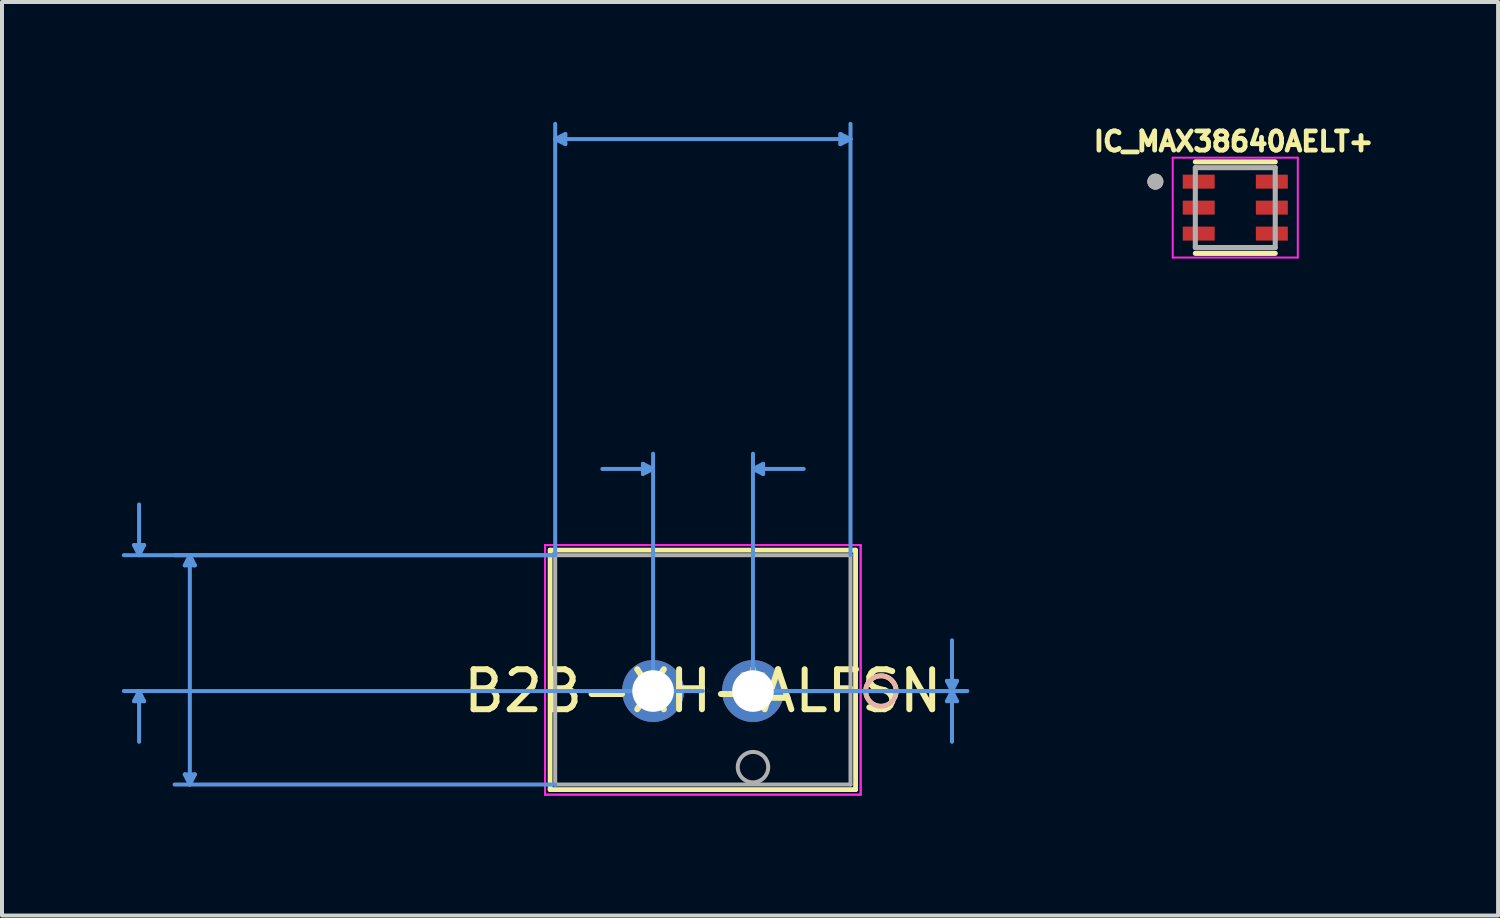
<source format=kicad_pcb>
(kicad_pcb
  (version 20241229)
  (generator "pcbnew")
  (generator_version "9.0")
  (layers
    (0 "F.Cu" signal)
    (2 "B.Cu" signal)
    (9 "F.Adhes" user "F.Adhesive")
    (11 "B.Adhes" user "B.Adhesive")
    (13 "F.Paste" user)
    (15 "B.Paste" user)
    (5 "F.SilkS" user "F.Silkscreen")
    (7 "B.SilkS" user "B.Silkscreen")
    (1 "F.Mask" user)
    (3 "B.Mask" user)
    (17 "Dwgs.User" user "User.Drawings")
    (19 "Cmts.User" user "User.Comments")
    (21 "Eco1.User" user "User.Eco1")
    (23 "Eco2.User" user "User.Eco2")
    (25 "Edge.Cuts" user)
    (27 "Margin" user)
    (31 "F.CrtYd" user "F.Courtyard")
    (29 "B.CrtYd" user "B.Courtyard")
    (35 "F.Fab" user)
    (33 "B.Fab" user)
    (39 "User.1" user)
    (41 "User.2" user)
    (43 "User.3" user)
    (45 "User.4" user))
  (footprint "B2B-XH-ALFSN"
    (layer "F.Cu")
    (at 15.795 14.245)
    (property "Reference" "B2B-XH-ALFSN" (at -1.254 0 0) (layer "F.SilkS") (effects (font (size 1 1) (thickness 0.15))))
    (attr through_hole)
    (fp_line (start -5.077 -3.527) (end -5.077 2.467) (stroke (width 0.12) (type solid)) (layer "F.SilkS"))
    (fp_line (start -5.077 2.467) (end 2.568 2.467) (stroke (width 0.12) (type solid)) (layer "F.SilkS"))
    (fp_line (start 2.568 -3.527) (end -5.077 -3.527) (stroke (width 0.12) (type solid)) (layer "F.SilkS"))
    (fp_line (start 2.568 2.467) (end 2.568 -3.527) (stroke (width 0.12) (type solid)) (layer "F.SilkS"))
    (fp_circle (center 3.203 0) (end 3.584 0) (stroke (width 0.12) (type solid)) (fill no) (layer "F.SilkS"))
    (fp_circle (center 3.203 0) (end 3.584 0) (stroke (width 0.12) (type solid)) (fill no) (layer "B.SilkS"))
    (fp_line (start -15.491 -3.654) (end -15.237 -3.654) (stroke (width 0.1) (type solid)) (layer "Cmts.User"))
    (fp_line (start -15.491 0.254) (end -15.237 0.254) (stroke (width 0.1) (type solid)) (layer "Cmts.User"))
    (fp_line (start -15.364 -3.4) (end -15.491 -3.654) (stroke (width 0.1) (type solid)) (layer "Cmts.User"))
    (fp_line (start -15.364 -3.4) (end -15.364 -4.67) (stroke (width 0.1) (type solid)) (layer "Cmts.User"))
    (fp_line (start -15.364 -3.4) (end -15.237 -3.654) (stroke (width 0.1) (type solid)) (layer "Cmts.User"))
    (fp_line (start -15.364 0) (end -15.491 0.254) (stroke (width 0.1) (type solid)) (layer "Cmts.User"))
    (fp_line (start -15.364 0) (end -15.364 1.27) (stroke (width 0.1) (type solid)) (layer "Cmts.User"))
    (fp_line (start -15.364 0) (end -15.237 0.254) (stroke (width 0.1) (type solid)) (layer "Cmts.User"))
    (fp_line (start -14.221 -3.146) (end -13.967 -3.146) (stroke (width 0.1) (type solid)) (layer "Cmts.User"))
    (fp_line (start -14.221 2.086) (end -13.967 2.086) (stroke (width 0.1) (type solid)) (layer "Cmts.User"))
    (fp_line (start -14.094 -3.4) (end -14.221 -3.146) (stroke (width 0.1) (type solid)) (layer "Cmts.User"))
    (fp_line (start -14.094 -3.4) (end -14.094 2.34) (stroke (width 0.1) (type solid)) (layer "Cmts.User"))
    (fp_line (start -14.094 -3.4) (end -13.967 -3.146) (stroke (width 0.1) (type solid)) (layer "Cmts.User"))
    (fp_line (start -14.094 2.34) (end -14.221 2.086) (stroke (width 0.1) (type solid)) (layer "Cmts.User"))
    (fp_line (start -14.094 2.34) (end -13.967 2.086) (stroke (width 0.1) (type solid)) (layer "Cmts.User"))
    (fp_line (start -4.95 -13.814) (end -4.696 -13.941) (stroke (width 0.1) (type solid)) (layer "Cmts.User"))
    (fp_line (start -4.95 -13.814) (end -4.696 -13.687) (stroke (width 0.1) (type solid)) (layer "Cmts.User"))
    (fp_line (start -4.95 -13.814) (end 2.441 -13.814) (stroke (width 0.1) (type solid)) (layer "Cmts.User"))
    (fp_line (start -4.95 -3.4) (end -15.745 -3.4) (stroke (width 0.1) (type solid)) (layer "Cmts.User"))
    (fp_line (start -4.95 -3.4) (end -14.475 -3.4) (stroke (width 0.1) (type solid)) (layer "Cmts.User"))
    (fp_line (start -4.95 -3.4) (end -4.95 -14.195) (stroke (width 0.1) (type solid)) (layer "Cmts.User"))
    (fp_line (start -4.95 2.34) (end -14.475 2.34) (stroke (width 0.1) (type solid)) (layer "Cmts.User"))
    (fp_line (start -4.696 -13.941) (end -4.696 -13.687) (stroke (width 0.1) (type solid)) (layer "Cmts.User"))
    (fp_line (start -2.754 -5.686) (end -2.754 -5.432) (stroke (width 0.1) (type solid)) (layer "Cmts.User"))
    (fp_line (start -2.5 -5.559) (end -3.77 -5.559) (stroke (width 0.1) (type solid)) (layer "Cmts.User"))
    (fp_line (start -2.5 -5.559) (end -2.754 -5.686) (stroke (width 0.1) (type solid)) (layer "Cmts.User"))
    (fp_line (start -2.5 -5.559) (end -2.754 -5.432) (stroke (width 0.1) (type solid)) (layer "Cmts.User"))
    (fp_line (start -2.5 0) (end -2.5 -5.94) (stroke (width 0.1) (type solid)) (layer "Cmts.User"))
    (fp_line (start -1.254 0) (end -15.745 0) (stroke (width 0.1) (type solid)) (layer "Cmts.User"))
    (fp_line (start 0 -5.559) (end 0.254 -5.686) (stroke (width 0.1) (type solid)) (layer "Cmts.User"))
    (fp_line (start 0 -5.559) (end 0.254 -5.432) (stroke (width 0.1) (type solid)) (layer "Cmts.User"))
    (fp_line (start 0 -5.559) (end 1.27 -5.559) (stroke (width 0.1) (type solid)) (layer "Cmts.User"))
    (fp_line (start 0 0) (end 0 -5.94) (stroke (width 0.1) (type solid)) (layer "Cmts.User"))
    (fp_line (start 0 0) (end 5.362 0) (stroke (width 0.1) (type solid)) (layer "Cmts.User"))
    (fp_line (start 0 0) (end 5.362 0) (stroke (width 0.1) (type solid)) (layer "Cmts.User"))
    (fp_line (start 0.254 -5.686) (end 0.254 -5.432) (stroke (width 0.1) (type solid)) (layer "Cmts.User"))
    (fp_line (start 2.187 -13.941) (end 2.187 -13.687) (stroke (width 0.1) (type solid)) (layer "Cmts.User"))
    (fp_line (start 2.441 -13.814) (end 2.187 -13.941) (stroke (width 0.1) (type solid)) (layer "Cmts.User"))
    (fp_line (start 2.441 -13.814) (end 2.187 -13.687) (stroke (width 0.1) (type solid)) (layer "Cmts.User"))
    (fp_line (start 2.441 -3.4) (end 2.441 -14.195) (stroke (width 0.1) (type solid)) (layer "Cmts.User"))
    (fp_line (start 4.854 -0.254) (end 5.108 -0.254) (stroke (width 0.1) (type solid)) (layer "Cmts.User"))
    (fp_line (start 4.854 0.254) (end 5.108 0.254) (stroke (width 0.1) (type solid)) (layer "Cmts.User"))
    (fp_line (start 4.981 0) (end 4.854 -0.254) (stroke (width 0.1) (type solid)) (layer "Cmts.User"))
    (fp_line (start 4.981 0) (end 4.854 0.254) (stroke (width 0.1) (type solid)) (layer "Cmts.User"))
    (fp_line (start 4.981 0) (end 4.981 -1.27) (stroke (width 0.1) (type solid)) (layer "Cmts.User"))
    (fp_line (start 4.981 0) (end 4.981 1.27) (stroke (width 0.1) (type solid)) (layer "Cmts.User"))
    (fp_line (start 4.981 0) (end 5.108 -0.254) (stroke (width 0.1) (type solid)) (layer "Cmts.User"))
    (fp_line (start 4.981 0) (end 5.108 0.254) (stroke (width 0.1) (type solid)) (layer "Cmts.User"))
    (fp_line (start -5.204 -3.654) (end -5.204 2.594) (stroke (width 0.05) (type solid)) (layer "F.CrtYd"))
    (fp_line (start -5.204 -3.654) (end -5.204 2.594) (stroke (width 0.05) (type solid)) (layer "F.CrtYd"))
    (fp_line (start -5.204 2.594) (end 2.695 2.594) (stroke (width 0.05) (type solid)) (layer "F.CrtYd"))
    (fp_line (start -5.204 2.594) (end 2.695 2.594) (stroke (width 0.05) (type solid)) (layer "F.CrtYd"))
    (fp_line (start 2.695 -3.654) (end -5.204 -3.654) (stroke (width 0.05) (type solid)) (layer "F.CrtYd"))
    (fp_line (start 2.695 -3.654) (end -5.204 -3.654) (stroke (width 0.05) (type solid)) (layer "F.CrtYd"))
    (fp_line (start 2.695 2.594) (end 2.695 -3.654) (stroke (width 0.05) (type solid)) (layer "F.CrtYd"))
    (fp_line (start 2.695 2.594) (end 2.695 -3.654) (stroke (width 0.05) (type solid)) (layer "F.CrtYd"))
    (fp_line (start -4.95 -3.4) (end -4.95 2.34) (stroke (width 0.1) (type solid)) (layer "F.Fab"))
    (fp_line (start -4.95 2.34) (end 2.441 2.34) (stroke (width 0.1) (type solid)) (layer "F.Fab"))
    (fp_line (start 2.441 -3.4) (end -4.95 -3.4) (stroke (width 0.1) (type solid)) (layer "F.Fab"))
    (fp_line (start 2.441 2.34) (end 2.441 -3.4) (stroke (width 0.1) (type solid)) (layer "F.Fab"))
    (fp_circle (center 0 1.905) (end 0.381 1.905) (stroke (width 0.1) (type solid)) (fill no) (layer "F.Fab"))
    (fp_text user "*" (at 0 0 0) (layer "F.SilkS") (effects (font (size 1 1) (thickness 0.15))))
    (fp_text user "Copyright 2021 Accelerated Designs. All rights reserved." (at 0 0 0) (layer "Cmts.User") (effects (font (size 0.127 0.127) (thickness 0.002))))
    (fp_text user "*" (at 0 0 0) (layer "F.Fab") (effects (font (size 1 1) (thickness 0.15))))
    (pad "1" thru_hole circle (at 0 0) (size 1.549 1.549) (drill 1.041) (layers "*.Cu" "*.Mask"))
    (pad "2" thru_hole circle (at -2.5 0) (size 1.549 1.549) (drill 1.041) (layers "*.Cu" "*.Mask")))
  (footprint "IC_MAX38640AELT+"
    (layer "F.Cu")
    (at 27.866 2.146)
    (property "Reference" "IC_MAX38640AELT+" (at -0.041 -1.655 0) (layer "F.SilkS") (effects (font (size 0.48 0.48) (thickness 0.15))))
    (attr through_hole)
    (fp_line (start 1 -1.145) (end -1 -1.145) (stroke (width 0.127) (type solid)) (layer "F.SilkS"))
    (fp_line (start 1 1.145) (end -1 1.145) (stroke (width 0.127) (type solid)) (layer "F.SilkS"))
    (fp_circle (center -2 -0.65) (end -1.9 -0.65) (stroke (width 0.2) (type solid)) (fill no) (layer "F.SilkS"))
    (fp_line (start -1.565 -1.25) (end -1.565 1.25) (stroke (width 0.05) (type solid)) (layer "F.CrtYd"))
    (fp_line (start -1.565 1.25) (end 1.565 1.25) (stroke (width 0.05) (type solid)) (layer "F.CrtYd"))
    (fp_line (start 1.565 -1.25) (end -1.565 -1.25) (stroke (width 0.05) (type solid)) (layer "F.CrtYd"))
    (fp_line (start 1.565 1.25) (end 1.565 -1.25) (stroke (width 0.05) (type solid)) (layer "F.CrtYd"))
    (fp_line (start -1 -1) (end -1 1) (stroke (width 0.127) (type solid)) (layer "F.Fab"))
    (fp_line (start -1 1) (end 1 1) (stroke (width 0.127) (type solid)) (layer "F.Fab"))
    (fp_line (start 1 -1) (end -1 -1) (stroke (width 0.127) (type solid)) (layer "F.Fab"))
    (fp_line (start 1 1) (end 1 -1) (stroke (width 0.127) (type solid)) (layer "F.Fab"))
    (fp_circle (center -2 -0.65) (end -1.9 -0.65) (stroke (width 0.2) (type solid)) (fill no) (layer "F.Fab"))
    (pad "1" smd rect (at -0.915 -0.65) (size 0.8 0.35) (layers "F.Cu" "F.Mask" "F.Paste"))
    (pad "2" smd rect (at -0.915 0) (size 0.8 0.35) (layers "F.Cu" "F.Mask" "F.Paste"))
    (pad "3" smd rect (at -0.915 0.65) (size 0.8 0.35) (layers "F.Cu" "F.Mask" "F.Paste"))
    (pad "4" smd rect (at 0.915 0.65) (size 0.8 0.35) (layers "F.Cu" "F.Mask" "F.Paste"))
    (pad "5" smd rect (at 0.915 0) (size 0.8 0.35) (layers "F.Cu" "F.Mask" "F.Paste"))
    (pad "6" smd rect (at 0.915 -0.65) (size 0.8 0.35) (layers "F.Cu" "F.Mask" "F.Paste")))
  (gr_rect
    (start -3 -3)
    (end 34.443 19.864)
    (stroke (width 0.1) (type default))
    (fill no)
    (layer "Edge.Cuts")))
</source>
